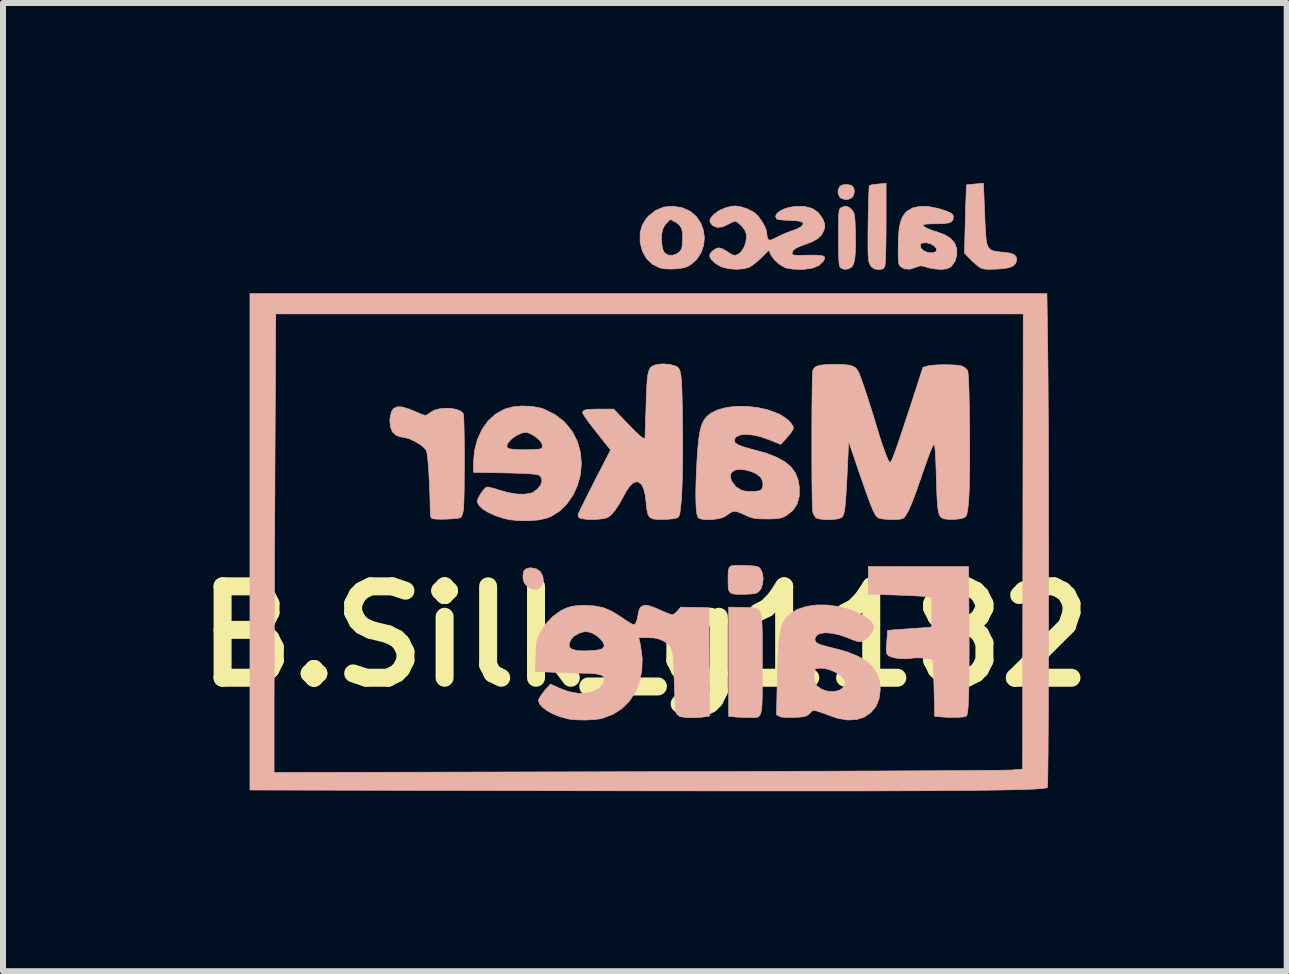
<source format=kicad_pcb>
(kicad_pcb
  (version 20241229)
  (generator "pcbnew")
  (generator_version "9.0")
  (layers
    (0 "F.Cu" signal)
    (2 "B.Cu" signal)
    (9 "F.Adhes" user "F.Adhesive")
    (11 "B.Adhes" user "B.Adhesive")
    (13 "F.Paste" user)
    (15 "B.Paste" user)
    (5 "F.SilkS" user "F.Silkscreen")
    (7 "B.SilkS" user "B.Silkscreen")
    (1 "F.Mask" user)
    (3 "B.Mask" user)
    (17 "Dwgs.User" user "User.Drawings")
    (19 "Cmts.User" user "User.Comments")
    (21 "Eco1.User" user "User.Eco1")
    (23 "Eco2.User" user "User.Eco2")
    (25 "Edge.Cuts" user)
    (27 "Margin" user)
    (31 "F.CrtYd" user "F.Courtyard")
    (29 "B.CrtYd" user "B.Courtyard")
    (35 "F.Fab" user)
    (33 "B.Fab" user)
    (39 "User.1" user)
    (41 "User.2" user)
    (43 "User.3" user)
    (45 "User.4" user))
  (footprint "B.Silk_g1182"
    (layer "F.Cu")
    (at 7.7 7.559)
    (property "Reference" "B.Silk_g1182" (at 0 0 0) (layer "F.SilkS") (effects (font (size 1.524 1.524) (thickness 0.3))))
    (attr through_hole)
    (fp_poly (pts (xy 3.44 -7.519) (xy 3.452 -7.513) (xy 3.483 -7.476) (xy 3.493 -7.418) (xy 3.481 -7.358) (xy 3.454 -7.316) (xy 3.396 -7.287) (xy 3.327 -7.285) (xy 3.267 -7.307) (xy 3.252 -7.32) (xy 3.223 -7.379) (xy 3.222 -7.446) (xy 3.25 -7.501) (xy 3.251 -7.502) (xy 3.302 -7.528) (xy 3.372 -7.534) (xy 3.44 -7.519)) (stroke (width 0.01) (type solid)) (fill yes) (layer "B.SilkS"))
    (fp_poly (pts (xy -1.805 -1.125) (xy -1.738 -1.075) (xy -1.7 -0.996) (xy -1.693 -0.935) (xy -1.71 -0.858) (xy -1.753 -0.806) (xy -1.814 -0.782) (xy -1.885 -0.791) (xy -1.957 -0.833) (xy -1.97 -0.845) (xy -2.012 -0.897) (xy -2.029 -0.953) (xy -2.032 -1.003) (xy -2.022 -1.08) (xy -1.987 -1.124) (xy -1.924 -1.142) (xy -1.897 -1.143) (xy -1.805 -1.125)) (stroke (width 0.01) (type solid)) (fill yes) (layer "B.SilkS"))
    (fp_poly (pts (xy 1.605 -1.183) (xy 1.653 -1.182) (xy 1.757 -1.178) (xy 1.827 -1.173) (xy 1.872 -1.165) (xy 1.901 -1.151) (xy 1.923 -1.131) (xy 1.928 -1.125) (xy 1.96 -1.057) (xy 1.972 -0.969) (xy 1.964 -0.877) (xy 1.937 -0.797) (xy 1.917 -0.768) (xy 1.891 -0.74) (xy 1.862 -0.723) (xy 1.821 -0.712) (xy 1.758 -0.706) (xy 1.669 -0.702) (xy 1.565 -0.701) (xy 1.494 -0.705) (xy 1.449 -0.716) (xy 1.429 -0.727) (xy 1.408 -0.749) (xy 1.395 -0.78) (xy 1.389 -0.832) (xy 1.387 -0.915) (xy 1.387 -0.935) (xy 1.388 -1.041) (xy 1.394 -1.112) (xy 1.411 -1.156) (xy 1.448 -1.178) (xy 1.51 -1.185) (xy 1.605 -1.183)) (stroke (width 0.01) (type solid)) (fill yes) (layer "B.SilkS"))
    (fp_poly (pts (xy 1.633 -0.482) (xy 1.71 -0.481) (xy 1.775 -0.48) (xy 1.827 -0.474) (xy 1.868 -0.461) (xy 1.899 -0.437) (xy 1.923 -0.398) (xy 1.939 -0.34) (xy 1.949 -0.26) (xy 1.955 -0.154) (xy 1.958 -0.018) (xy 1.958 0.151) (xy 1.958 0.357) (xy 1.958 0.469) (xy 1.958 0.687) (xy 1.958 0.866) (xy 1.957 1.01) (xy 1.954 1.123) (xy 1.947 1.208) (xy 1.936 1.27) (xy 1.919 1.312) (xy 1.896 1.338) (xy 1.866 1.351) (xy 1.826 1.355) (xy 1.777 1.354) (xy 1.717 1.352) (xy 1.705 1.351) (xy 1.614 1.349) (xy 1.531 1.345) (xy 1.472 1.34) (xy 1.466 1.339) (xy 1.397 1.331) (xy 1.397 -0.488) (xy 1.633 -0.482)) (stroke (width 0.01) (type solid)) (fill yes) (layer "B.SilkS"))
    (fp_poly (pts (xy 3.401 -7.156) (xy 3.458 -7.106) (xy 3.476 -7.077) (xy 3.489 -7.043) (xy 3.498 -6.995) (xy 3.504 -6.925) (xy 3.508 -6.826) (xy 3.51 -6.74) (xy 3.513 -6.559) (xy 3.51 -6.417) (xy 3.501 -6.308) (xy 3.486 -6.23) (xy 3.463 -6.177) (xy 3.448 -6.158) (xy 3.393 -6.126) (xy 3.329 -6.119) (xy 3.273 -6.138) (xy 3.257 -6.152) (xy 3.247 -6.174) (xy 3.239 -6.213) (xy 3.234 -6.277) (xy 3.23 -6.368) (xy 3.228 -6.492) (xy 3.228 -6.651) (xy 3.228 -6.803) (xy 3.229 -6.919) (xy 3.231 -7.003) (xy 3.235 -7.061) (xy 3.241 -7.1) (xy 3.249 -7.124) (xy 3.261 -7.139) (xy 3.27 -7.146) (xy 3.335 -7.171) (xy 3.401 -7.156)) (stroke (width 0.01) (type solid)) (fill yes) (layer "B.SilkS"))
    (fp_poly (pts (xy 4.022 -6.889) (xy 4.021 -6.713) (xy 4.019 -6.554) (xy 4.016 -6.415) (xy 4.012 -6.303) (xy 4.008 -6.222) (xy 4.002 -6.177) (xy 4.001 -6.171) (xy 3.98 -6.135) (xy 3.944 -6.12) (xy 3.897 -6.117) (xy 3.83 -6.125) (xy 3.784 -6.156) (xy 3.769 -6.173) (xy 3.745 -6.214) (xy 3.73 -6.269) (xy 3.723 -6.348) (xy 3.721 -6.39) (xy 3.72 -6.488) (xy 3.72 -6.607) (xy 3.72 -6.74) (xy 3.722 -6.88) (xy 3.724 -7.02) (xy 3.727 -7.155) (xy 3.73 -7.278) (xy 3.734 -7.381) (xy 3.737 -7.46) (xy 3.741 -7.507) (xy 3.744 -7.517) (xy 3.77 -7.525) (xy 3.826 -7.535) (xy 3.889 -7.541) (xy 4.022 -7.552) (xy 4.022 -6.889)) (stroke (width 0.01) (type solid)) (fill yes) (layer "B.SilkS"))
    (fp_poly (pts (xy 5.665 -7.05) (xy 5.672 -6.872) (xy 5.68 -6.732) (xy 5.689 -6.625) (xy 5.703 -6.546) (xy 5.724 -6.49) (xy 5.755 -6.453) (xy 5.798 -6.43) (xy 5.855 -6.417) (xy 5.929 -6.408) (xy 5.996 -6.402) (xy 6.098 -6.387) (xy 6.162 -6.36) (xy 6.194 -6.32) (xy 6.198 -6.27) (xy 6.18 -6.215) (xy 6.137 -6.174) (xy 6.066 -6.146) (xy 5.962 -6.13) (xy 5.859 -6.123) (xy 5.756 -6.12) (xy 5.686 -6.121) (xy 5.637 -6.129) (xy 5.6 -6.142) (xy 5.577 -6.156) (xy 5.528 -6.194) (xy 5.465 -6.249) (xy 5.421 -6.293) (xy 5.328 -6.39) (xy 5.343 -6.957) (xy 5.347 -7.107) (xy 5.351 -7.243) (xy 5.355 -7.358) (xy 5.358 -7.447) (xy 5.36 -7.505) (xy 5.362 -7.527) (xy 5.362 -7.527) (xy 5.383 -7.53) (xy 5.435 -7.535) (xy 5.505 -7.542) (xy 5.645 -7.554) (xy 5.665 -7.05)) (stroke (width 0.01) (type solid)) (fill yes) (layer "B.SilkS"))
    (fp_poly (pts (xy 0.618 -7.147) (xy 0.631 -7.143) (xy 0.757 -7.086) (xy 0.856 -7.002) (xy 0.929 -6.897) (xy 0.974 -6.779) (xy 0.992 -6.652) (xy 0.981 -6.525) (xy 0.94 -6.403) (xy 0.871 -6.293) (xy 0.771 -6.202) (xy 0.713 -6.167) (xy 0.645 -6.144) (xy 0.551 -6.13) (xy 0.445 -6.124) (xy 0.343 -6.127) (xy 0.259 -6.141) (xy 0.248 -6.144) (xy 0.126 -6.205) (xy 0.029 -6.298) (xy -0.04 -6.418) (xy -0.077 -6.561) (xy -0.079 -6.586) (xy -0.079 -6.611) (xy 0.277 -6.611) (xy 0.285 -6.52) (xy 0.302 -6.442) (xy 0.327 -6.394) (xy 0.386 -6.357) (xy 0.46 -6.352) (xy 0.535 -6.379) (xy 0.565 -6.401) (xy 0.596 -6.432) (xy 0.614 -6.466) (xy 0.624 -6.517) (xy 0.63 -6.596) (xy 0.63 -6.607) (xy 0.629 -6.718) (xy 0.614 -6.797) (xy 0.58 -6.854) (xy 0.523 -6.899) (xy 0.503 -6.91) (xy 0.426 -6.952) (xy 0.372 -6.902) (xy 0.327 -6.845) (xy 0.295 -6.779) (xy 0.295 -6.779) (xy 0.28 -6.702) (xy 0.277 -6.611) (xy -0.079 -6.611) (xy -0.078 -6.732) (xy -0.043 -6.858) (xy 0.028 -6.97) (xy 0.062 -7.008) (xy 0.18 -7.102) (xy 0.314 -7.157) (xy 0.46 -7.172) (xy 0.618 -7.147)) (stroke (width 0.01) (type solid)) (fill yes) (layer "B.SilkS"))
    (fp_poly (pts (xy 5.403 -0.397) (xy 5.405 -0.069) (xy 5.406 0.219) (xy 5.405 0.468) (xy 5.404 0.681) (xy 5.401 0.86) (xy 5.398 1.007) (xy 5.393 1.124) (xy 5.386 1.212) (xy 5.379 1.275) (xy 5.369 1.313) (xy 5.36 1.328) (xy 5.322 1.34) (xy 5.252 1.348) (xy 5.159 1.351) (xy 5.053 1.35) (xy 4.943 1.343) (xy 4.908 1.339) (xy 4.832 1.331) (xy 4.821 0.866) (xy 4.817 0.73) (xy 4.814 0.609) (xy 4.81 0.509) (xy 4.806 0.436) (xy 4.803 0.397) (xy 4.801 0.392) (xy 4.768 0.378) (xy 4.706 0.368) (xy 4.628 0.36) (xy 4.547 0.357) (xy 4.476 0.36) (xy 4.449 0.364) (xy 4.357 0.373) (xy 4.257 0.371) (xy 4.163 0.358) (xy 4.09 0.336) (xy 4.062 0.32) (xy 4.041 0.3) (xy 4.029 0.275) (xy 4.025 0.235) (xy 4.027 0.17) (xy 4.033 0.092) (xy 4.048 -0.101) (xy 4.22 -0.114) (xy 4.327 -0.122) (xy 4.451 -0.13) (xy 4.57 -0.139) (xy 4.588 -0.14) (xy 4.784 -0.154) (xy 4.784 -0.651) (xy 4.694 -0.663) (xy 4.645 -0.668) (xy 4.562 -0.673) (xy 4.453 -0.679) (xy 4.326 -0.684) (xy 4.189 -0.689) (xy 4.165 -0.69) (xy 3.725 -0.704) (xy 3.725 -1.164) (xy 5.397 -1.164) (xy 5.403 -0.397)) (stroke (width 0.01) (type solid)) (fill yes) (layer "B.SilkS"))
    (fp_poly (pts (xy -4.054 -3.826) (xy -3.947 -3.796) (xy -3.849 -3.757) (xy -3.771 -3.724) (xy -3.706 -3.698) (xy -3.666 -3.684) (xy -3.659 -3.683) (xy -3.629 -3.696) (xy -3.584 -3.727) (xy -3.575 -3.734) (xy -3.509 -3.771) (xy -3.423 -3.794) (xy -3.326 -3.804) (xy -3.229 -3.8) (xy -3.14 -3.784) (xy -3.07 -3.756) (xy -3.029 -3.716) (xy -3.025 -3.704) (xy -3.02 -3.667) (xy -3.017 -3.595) (xy -3.014 -3.491) (xy -3.012 -3.364) (xy -3.01 -3.219) (xy -3.009 -3.061) (xy -3.009 -2.898) (xy -3.01 -2.734) (xy -3.011 -2.577) (xy -3.012 -2.432) (xy -3.015 -2.305) (xy -3.018 -2.203) (xy -3.022 -2.131) (xy -3.025 -2.099) (xy -3.041 -2.037) (xy -3.06 -1.992) (xy -3.067 -1.984) (xy -3.097 -1.973) (xy -3.158 -1.965) (xy -3.239 -1.958) (xy -3.328 -1.954) (xy -3.415 -1.953) (xy -3.488 -1.956) (xy -3.53 -1.961) (xy -3.554 -1.97) (xy -3.569 -1.99) (xy -3.576 -2.03) (xy -3.578 -2.101) (xy -3.579 -2.123) (xy -3.581 -2.276) (xy -3.586 -2.432) (xy -3.593 -2.586) (xy -3.601 -2.731) (xy -3.61 -2.861) (xy -3.62 -2.969) (xy -3.63 -3.048) (xy -3.64 -3.092) (xy -3.641 -3.095) (xy -3.683 -3.148) (xy -3.755 -3.205) (xy -3.843 -3.256) (xy -3.936 -3.297) (xy -4.022 -3.32) (xy -4.055 -3.323) (xy -4.096 -3.332) (xy -4.148 -3.355) (xy -4.206 -3.407) (xy -4.241 -3.491) (xy -4.251 -3.598) (xy -4.247 -3.646) (xy -4.227 -3.738) (xy -4.191 -3.797) (xy -4.134 -3.826) (xy -4.054 -3.826)) (stroke (width 0.01) (type solid)) (fill yes) (layer "B.SilkS"))
    (fp_poly (pts (xy 4.732 -7.166) (xy 4.896 -7.133) (xy 5.022 -7.092) (xy 5.091 -7.062) (xy 5.128 -7.038) (xy 5.142 -7.01) (xy 5.144 -6.996) (xy 5.137 -6.948) (xy 5.115 -6.915) (xy 5.069 -6.894) (xy 4.995 -6.883) (xy 4.887 -6.879) (xy 4.856 -6.879) (xy 4.759 -6.877) (xy 4.685 -6.872) (xy 4.643 -6.864) (xy 4.636 -6.859) (xy 4.655 -6.832) (xy 4.711 -6.8) (xy 4.797 -6.766) (xy 4.869 -6.744) (xy 5.003 -6.694) (xy 5.1 -6.632) (xy 5.165 -6.557) (xy 5.2 -6.461) (xy 5.201 -6.356) (xy 5.171 -6.255) (xy 5.112 -6.171) (xy 5.094 -6.155) (xy 5.034 -6.129) (xy 4.947 -6.118) (xy 4.843 -6.124) (xy 4.735 -6.144) (xy 4.706 -6.153) (xy 4.639 -6.172) (xy 4.594 -6.178) (xy 4.555 -6.169) (xy 4.518 -6.153) (xy 4.417 -6.121) (xy 4.329 -6.127) (xy 4.273 -6.158) (xy 4.253 -6.176) (xy 4.239 -6.197) (xy 4.23 -6.229) (xy 4.226 -6.279) (xy 4.224 -6.355) (xy 4.224 -6.464) (xy 4.224 -6.491) (xy 4.225 -6.525) (xy 4.593 -6.525) (xy 4.602 -6.479) (xy 4.609 -6.465) (xy 4.652 -6.427) (xy 4.712 -6.402) (xy 4.776 -6.393) (xy 4.83 -6.4) (xy 4.861 -6.426) (xy 4.862 -6.427) (xy 4.858 -6.469) (xy 4.822 -6.51) (xy 4.766 -6.543) (xy 4.698 -6.561) (xy 4.677 -6.562) (xy 4.621 -6.557) (xy 4.597 -6.542) (xy 4.593 -6.525) (xy 4.225 -6.525) (xy 4.228 -6.664) (xy 4.24 -6.801) (xy 4.262 -6.908) (xy 4.294 -6.991) (xy 4.339 -7.056) (xy 4.37 -7.087) (xy 4.465 -7.143) (xy 4.587 -7.17) (xy 4.732 -7.166)) (stroke (width 0.01) (type solid)) (fill yes) (layer "B.SilkS"))
    (fp_poly (pts (xy -1.893 -3.835) (xy -1.747 -3.81) (xy -1.683 -3.789) (xy -1.497 -3.697) (xy -1.341 -3.576) (xy -1.218 -3.428) (xy -1.128 -3.258) (xy -1.074 -3.067) (xy -1.058 -2.879) (xy -1.075 -2.691) (xy -1.124 -2.513) (xy -1.201 -2.349) (xy -1.302 -2.205) (xy -1.424 -2.087) (xy -1.563 -2) (xy -1.643 -1.969) (xy -1.775 -1.941) (xy -1.931 -1.928) (xy -2.095 -1.929) (xy -2.251 -1.945) (xy -2.349 -1.966) (xy -2.487 -2.011) (xy -2.605 -2.064) (xy -2.7 -2.122) (xy -2.764 -2.182) (xy -2.793 -2.239) (xy -2.794 -2.252) (xy -2.781 -2.298) (xy -2.749 -2.359) (xy -2.706 -2.421) (xy -2.664 -2.47) (xy -2.636 -2.49) (xy -2.604 -2.488) (xy -2.543 -2.474) (xy -2.464 -2.451) (xy -2.418 -2.436) (xy -2.273 -2.395) (xy -2.133 -2.373) (xy -2.007 -2.37) (xy -1.904 -2.386) (xy -1.863 -2.402) (xy -1.792 -2.453) (xy -1.742 -2.514) (xy -1.717 -2.579) (xy -1.72 -2.637) (xy -1.753 -2.681) (xy -1.773 -2.692) (xy -1.815 -2.701) (xy -1.895 -2.709) (xy -2.011 -2.716) (xy -2.158 -2.721) (xy -2.333 -2.726) (xy -2.344 -2.726) (xy -2.857 -2.735) (xy -2.857 -2.886) (xy -2.84 -3.091) (xy -2.819 -3.175) (xy -2.302 -3.175) (xy -2.294 -3.148) (xy -2.26 -3.129) (xy -2.196 -3.118) (xy -2.097 -3.112) (xy -2 -3.111) (xy -1.883 -3.113) (xy -1.802 -3.117) (xy -1.75 -3.124) (xy -1.721 -3.136) (xy -1.716 -3.142) (xy -1.705 -3.184) (xy -1.729 -3.237) (xy -1.781 -3.295) (xy -1.858 -3.351) (xy -1.903 -3.376) (xy -1.962 -3.399) (xy -2.015 -3.399) (xy -2.056 -3.388) (xy -2.139 -3.351) (xy -2.218 -3.295) (xy -2.277 -3.232) (xy -2.288 -3.214) (xy -2.302 -3.175) (xy -2.819 -3.175) (xy -2.792 -3.28) (xy -2.715 -3.449) (xy -2.613 -3.593) (xy -2.486 -3.708) (xy -2.339 -3.789) (xy -2.333 -3.791) (xy -2.202 -3.826) (xy -2.049 -3.841) (xy -1.893 -3.835)) (stroke (width 0.01) (type solid)) (fill yes) (layer "B.SilkS"))
    (fp_poly (pts (xy 0.41 -4.535) (xy 0.512 -4.508) (xy 0.52 -4.504) (xy 0.544 -4.49) (xy 0.564 -4.47) (xy 0.58 -4.44) (xy 0.593 -4.396) (xy 0.603 -4.334) (xy 0.611 -4.249) (xy 0.617 -4.138) (xy 0.621 -3.997) (xy 0.625 -3.822) (xy 0.628 -3.609) (xy 0.631 -3.33) (xy 0.631 -3.069) (xy 0.629 -2.83) (xy 0.624 -2.615) (xy 0.617 -2.427) (xy 0.608 -2.268) (xy 0.596 -2.143) (xy 0.583 -2.053) (xy 0.568 -2.001) (xy 0.562 -1.993) (xy 0.531 -1.974) (xy 0.476 -1.961) (xy 0.391 -1.953) (xy 0.332 -1.951) (xy 0.217 -1.949) (xy 0.138 -1.957) (xy 0.085 -1.982) (xy 0.053 -2.029) (xy 0.035 -2.106) (xy 0.022 -2.219) (xy 0.022 -2.228) (xy 0.004 -2.37) (xy -0.023 -2.472) (xy -0.06 -2.539) (xy -0.109 -2.573) (xy -0.13 -2.578) (xy -0.188 -2.564) (xy -0.25 -2.507) (xy -0.316 -2.41) (xy -0.353 -2.341) (xy -0.431 -2.201) (xy -0.506 -2.09) (xy -0.575 -2.014) (xy -0.623 -1.981) (xy -0.685 -1.964) (xy -0.773 -1.953) (xy -0.874 -1.948) (xy -0.971 -1.951) (xy -1.049 -1.962) (xy -1.076 -1.97) (xy -1.111 -1.994) (xy -1.112 -2.032) (xy -1.111 -2.037) (xy -1.097 -2.068) (xy -1.067 -2.131) (xy -1.023 -2.221) (xy -0.968 -2.332) (xy -0.904 -2.459) (xy -0.834 -2.597) (xy -0.571 -3.108) (xy -0.804 -3.4) (xy -0.88 -3.497) (xy -0.945 -3.584) (xy -0.996 -3.656) (xy -1.028 -3.706) (xy -1.037 -3.727) (xy -1.032 -3.752) (xy -1.012 -3.769) (xy -0.97 -3.78) (xy -0.902 -3.786) (xy -0.8 -3.789) (xy -0.744 -3.789) (xy -0.519 -3.789) (xy -0.286 -3.545) (xy -0.183 -3.44) (xy -0.105 -3.365) (xy -0.05 -3.319) (xy -0.015 -3.3) (xy 0.002 -3.306) (xy 0.002 -3.307) (xy 0.003 -3.329) (xy 0.005 -3.387) (xy 0.008 -3.476) (xy 0.012 -3.591) (xy 0.016 -3.724) (xy 0.02 -3.842) (xy 0.026 -4.025) (xy 0.032 -4.17) (xy 0.04 -4.283) (xy 0.051 -4.367) (xy 0.067 -4.428) (xy 0.087 -4.47) (xy 0.114 -4.498) (xy 0.149 -4.516) (xy 0.192 -4.53) (xy 0.194 -4.531) (xy 0.297 -4.543) (xy 0.41 -4.535)) (stroke (width 0.01) (type solid)) (fill yes) (layer "B.SilkS"))
    (fp_poly (pts (xy 3.039 -0.523) (xy 3.223 -0.498) (xy 3.404 -0.45) (xy 3.577 -0.378) (xy 3.681 -0.319) (xy 3.764 -0.254) (xy 3.807 -0.19) (xy 3.812 -0.127) (xy 3.789 -0.076) (xy 3.744 -0.015) (xy 3.688 0.041) (xy 3.642 0.073) (xy 3.611 0.087) (xy 3.581 0.09) (xy 3.54 0.083) (xy 3.48 0.062) (xy 3.396 0.028) (xy 3.253 -0.022) (xy 3.124 -0.052) (xy 3.014 -0.061) (xy 2.926 -0.05) (xy 2.866 -0.019) (xy 2.838 0.031) (xy 2.836 0.05) (xy 2.842 0.079) (xy 2.861 0.104) (xy 2.901 0.126) (xy 2.967 0.15) (xy 3.064 0.176) (xy 3.165 0.201) (xy 3.384 0.262) (xy 3.563 0.336) (xy 3.704 0.422) (xy 3.809 0.523) (xy 3.879 0.639) (xy 3.917 0.773) (xy 3.924 0.892) (xy 3.904 1.043) (xy 3.851 1.17) (xy 3.769 1.27) (xy 3.662 1.343) (xy 3.534 1.385) (xy 3.388 1.394) (xy 3.228 1.369) (xy 3.143 1.342) (xy 3.022 1.298) (xy 2.934 1.266) (xy 2.873 1.246) (xy 2.833 1.237) (xy 2.806 1.237) (xy 2.787 1.246) (xy 2.769 1.263) (xy 2.75 1.282) (xy 2.717 1.311) (xy 2.683 1.329) (xy 2.637 1.34) (xy 2.568 1.347) (xy 2.49 1.351) (xy 2.364 1.352) (xy 2.279 1.345) (xy 2.243 1.333) (xy 2.195 1.307) (xy 2.208 0.701) (xy 2.209 0.662) (xy 2.817 0.662) (xy 2.831 0.745) (xy 2.86 0.813) (xy 2.875 0.831) (xy 2.952 0.884) (xy 3.046 0.914) (xy 3.144 0.921) (xy 3.233 0.902) (xy 3.293 0.866) (xy 3.329 0.819) (xy 3.344 0.773) (xy 3.344 0.773) (xy 3.325 0.717) (xy 3.273 0.66) (xy 3.197 0.607) (xy 3.106 0.565) (xy 3.01 0.537) (xy 2.937 0.53) (xy 2.875 0.532) (xy 2.843 0.543) (xy 2.827 0.57) (xy 2.824 0.583) (xy 2.817 0.662) (xy 2.209 0.662) (xy 2.214 0.474) (xy 2.221 0.285) (xy 2.231 0.13) (xy 2.244 0.003) (xy 2.262 -0.099) (xy 2.284 -0.18) (xy 2.313 -0.246) (xy 2.349 -0.3) (xy 2.392 -0.348) (xy 2.427 -0.378) (xy 2.547 -0.452) (xy 2.694 -0.5) (xy 2.86 -0.524) (xy 3.039 -0.523)) (stroke (width 0.01) (type solid)) (fill yes) (layer "B.SilkS"))
    (fp_poly (pts (xy 1.707 -3.834) (xy 1.886 -3.814) (xy 2.059 -3.774) (xy 2.216 -3.716) (xy 2.268 -3.69) (xy 2.356 -3.632) (xy 2.425 -3.57) (xy 2.467 -3.509) (xy 2.477 -3.471) (xy 2.463 -3.437) (xy 2.427 -3.384) (xy 2.376 -3.323) (xy 2.37 -3.316) (xy 2.264 -3.2) (xy 2.079 -3.276) (xy 1.939 -3.326) (xy 1.807 -3.356) (xy 1.691 -3.367) (xy 1.597 -3.359) (xy 1.529 -3.33) (xy 1.501 -3.299) (xy 1.491 -3.262) (xy 1.505 -3.228) (xy 1.548 -3.197) (xy 1.623 -3.166) (xy 1.734 -3.133) (xy 1.818 -3.111) (xy 2.029 -3.052) (xy 2.2 -2.985) (xy 2.336 -2.91) (xy 2.438 -2.824) (xy 2.51 -2.723) (xy 2.556 -2.606) (xy 2.575 -2.491) (xy 2.574 -2.337) (xy 2.539 -2.207) (xy 2.469 -2.101) (xy 2.365 -2.018) (xy 2.342 -2.005) (xy 2.294 -1.983) (xy 2.244 -1.969) (xy 2.179 -1.961) (xy 2.089 -1.958) (xy 2.032 -1.958) (xy 1.929 -1.959) (xy 1.854 -1.964) (xy 1.795 -1.975) (xy 1.736 -1.994) (xy 1.666 -2.026) (xy 1.656 -2.03) (xy 1.571 -2.068) (xy 1.51 -2.085) (xy 1.461 -2.08) (xy 1.41 -2.053) (xy 1.349 -2.007) (xy 1.296 -1.98) (xy 1.218 -1.961) (xy 1.128 -1.949) (xy 1.038 -1.946) (xy 0.959 -1.952) (xy 0.904 -1.968) (xy 0.889 -1.979) (xy 0.871 -2.025) (xy 0.858 -2.112) (xy 0.851 -2.237) (xy 0.849 -2.4) (xy 0.854 -2.598) (xy 0.857 -2.673) (xy 1.424 -2.673) (xy 1.441 -2.6) (xy 1.446 -2.59) (xy 1.516 -2.496) (xy 1.609 -2.437) (xy 1.67 -2.422) (xy 1.75 -2.415) (xy 1.833 -2.417) (xy 1.901 -2.426) (xy 1.928 -2.435) (xy 1.96 -2.474) (xy 1.97 -2.533) (xy 1.96 -2.598) (xy 1.928 -2.653) (xy 1.921 -2.661) (xy 1.856 -2.71) (xy 1.783 -2.745) (xy 1.685 -2.772) (xy 1.672 -2.775) (xy 1.571 -2.785) (xy 1.493 -2.769) (xy 1.442 -2.731) (xy 1.424 -2.673) (xy 0.857 -2.673) (xy 0.864 -2.83) (xy 0.866 -2.879) (xy 0.879 -3.079) (xy 0.893 -3.242) (xy 0.91 -3.372) (xy 0.932 -3.475) (xy 0.96 -3.555) (xy 0.994 -3.619) (xy 1.038 -3.67) (xy 1.091 -3.713) (xy 1.101 -3.721) (xy 1.219 -3.779) (xy 1.365 -3.817) (xy 1.531 -3.836) (xy 1.707 -3.834)) (stroke (width 0.01) (type solid)) (fill yes) (layer "B.SilkS"))
    (fp_poly (pts (xy 6.717 -4.727) (xy 6.719 -4.554) (xy 6.721 -4.352) (xy 6.723 -4.124) (xy 6.724 -3.872) (xy 6.726 -3.599) (xy 6.727 -3.307) (xy 6.728 -3) (xy 6.729 -2.679) (xy 6.73 -2.348) (xy 6.73 -2.008) (xy 6.73 -1.664) (xy 6.731 -1.316) (xy 6.731 -0.968) (xy 6.73 -0.622) (xy 6.73 -0.282) (xy 6.73 0.051) (xy 6.729 0.374) (xy 6.728 0.685) (xy 6.727 0.979) (xy 6.726 1.256) (xy 6.725 1.513) (xy 6.723 1.746) (xy 6.722 1.953) (xy 6.72 2.132) (xy 6.718 2.281) (xy 6.716 2.395) (xy 6.714 2.474) (xy 6.712 2.513) (xy 6.711 2.518) (xy 6.702 2.523) (xy 6.681 2.528) (xy 6.648 2.533) (xy 6.601 2.538) (xy 6.54 2.542) (xy 6.463 2.547) (xy 6.369 2.55) (xy 6.258 2.554) (xy 6.129 2.557) (xy 5.979 2.56) (xy 5.81 2.563) (xy 5.618 2.565) (xy 5.405 2.568) (xy 5.167 2.569) (xy 4.905 2.571) (xy 4.618 2.573) (xy 4.304 2.574) (xy 3.963 2.575) (xy 3.593 2.576) (xy 3.193 2.576) (xy 2.763 2.576) (xy 2.302 2.576) (xy 1.808 2.576) (xy 1.28 2.576) (xy 0.718 2.575) (xy 0.121 2.575) (xy -0.513 2.574) (xy -1.184 2.573) (xy -1.894 2.571) (xy -2.643 2.57) (xy -3.433 2.568) (xy -4.165 2.566) (xy -6.583 2.561) (xy -6.583 2.269) (xy -6.181 2.269) (xy -0.122 2.256) (xy 0.384 2.255) (xy 0.88 2.254) (xy 1.364 2.253) (xy 1.835 2.251) (xy 2.291 2.25) (xy 2.729 2.248) (xy 3.149 2.247) (xy 3.549 2.245) (xy 3.927 2.244) (xy 4.28 2.242) (xy 4.608 2.241) (xy 4.909 2.239) (xy 5.18 2.237) (xy 5.421 2.236) (xy 5.629 2.234) (xy 5.803 2.233) (xy 5.941 2.231) (xy 6.04 2.23) (xy 6.101 2.228) (xy 6.117 2.228) (xy 6.297 2.212) (xy 6.302 -1.582) (xy 6.308 -5.376) (xy -6.153 -5.376) (xy -6.167 -2.757) (xy -6.168 -2.399) (xy -6.17 -2.035) (xy -6.172 -1.668) (xy -6.174 -1.303) (xy -6.175 -0.944) (xy -6.176 -0.596) (xy -6.178 -0.263) (xy -6.179 0.051) (xy -6.179 0.341) (xy -6.18 0.603) (xy -6.18 0.832) (xy -6.181 1.024) (xy -6.181 1.066) (xy -6.181 2.269) (xy -6.583 2.269) (xy -6.583 -5.715) (xy 6.703 -5.715) (xy 6.717 -4.727)) (stroke (width 0.01) (type solid)) (fill yes) (layer "B.SilkS"))
    (fp_poly (pts (xy 1.594 -7.163) (xy 1.698 -7.131) (xy 1.793 -7.085) (xy 1.832 -7.06) (xy 1.89 -7.003) (xy 1.947 -6.926) (xy 1.995 -6.844) (xy 2.025 -6.768) (xy 2.032 -6.727) (xy 2.04 -6.655) (xy 2.063 -6.612) (xy 2.083 -6.604) (xy 2.115 -6.613) (xy 2.17 -6.638) (xy 2.224 -6.665) (xy 2.313 -6.708) (xy 2.412 -6.748) (xy 2.461 -6.765) (xy 2.533 -6.792) (xy 2.592 -6.822) (xy 2.618 -6.841) (xy 2.64 -6.877) (xy 2.63 -6.903) (xy 2.585 -6.921) (xy 2.502 -6.931) (xy 2.41 -6.935) (xy 2.323 -6.939) (xy 2.251 -6.946) (xy 2.206 -6.955) (xy 2.197 -6.96) (xy 2.179 -7) (xy 2.197 -7.044) (xy 2.245 -7.086) (xy 2.318 -7.124) (xy 2.41 -7.153) (xy 2.515 -7.169) (xy 2.666 -7.167) (xy 2.79 -7.134) (xy 2.887 -7.069) (xy 2.96 -6.972) (xy 2.973 -6.944) (xy 2.997 -6.881) (xy 3 -6.829) (xy 2.987 -6.774) (xy 2.948 -6.695) (xy 2.879 -6.629) (xy 2.775 -6.573) (xy 2.688 -6.541) (xy 2.58 -6.501) (xy 2.508 -6.465) (xy 2.468 -6.431) (xy 2.455 -6.393) (xy 2.455 -6.391) (xy 2.458 -6.373) (xy 2.469 -6.361) (xy 2.497 -6.355) (xy 2.548 -6.352) (xy 2.629 -6.353) (xy 2.708 -6.355) (xy 2.833 -6.356) (xy 2.92 -6.352) (xy 2.974 -6.341) (xy 2.997 -6.322) (xy 2.996 -6.293) (xy 2.975 -6.254) (xy 2.907 -6.187) (xy 2.803 -6.142) (xy 2.664 -6.12) (xy 2.587 -6.118) (xy 2.463 -6.123) (xy 2.367 -6.139) (xy 2.333 -6.15) (xy 2.244 -6.202) (xy 2.163 -6.274) (xy 2.104 -6.354) (xy 2.094 -6.375) (xy 2.068 -6.438) (xy 1.939 -6.31) (xy 1.869 -6.246) (xy 1.799 -6.191) (xy 1.741 -6.155) (xy 1.731 -6.15) (xy 1.639 -6.127) (xy 1.525 -6.12) (xy 1.404 -6.129) (xy 1.309 -6.15) (xy 1.228 -6.185) (xy 1.157 -6.234) (xy 1.104 -6.288) (xy 1.08 -6.339) (xy 1.079 -6.346) (xy 1.097 -6.392) (xy 1.141 -6.437) (xy 1.197 -6.469) (xy 1.236 -6.477) (xy 1.28 -6.467) (xy 1.342 -6.435) (xy 1.427 -6.379) (xy 1.444 -6.367) (xy 1.497 -6.35) (xy 1.554 -6.368) (xy 1.607 -6.415) (xy 1.652 -6.483) (xy 1.683 -6.567) (xy 1.693 -6.652) (xy 1.689 -6.718) (xy 1.669 -6.77) (xy 1.627 -6.825) (xy 1.617 -6.837) (xy 1.568 -6.884) (xy 1.524 -6.915) (xy 1.506 -6.921) (xy 1.468 -6.91) (xy 1.412 -6.883) (xy 1.386 -6.868) (xy 1.294 -6.827) (xy 1.208 -6.818) (xy 1.139 -6.844) (xy 1.122 -6.858) (xy 1.088 -6.903) (xy 1.085 -6.945) (xy 1.116 -6.996) (xy 1.153 -7.036) (xy 1.234 -7.096) (xy 1.339 -7.143) (xy 1.448 -7.171) (xy 1.503 -7.176) (xy 1.594 -7.163)) (stroke (width 0.01) (type solid)) (fill yes) (layer "B.SilkS"))
    (fp_poly (pts (xy 0.083 -0.507) (xy 0.163 -0.479) (xy 0.271 -0.431) (xy 0.273 -0.431) (xy 0.349 -0.397) (xy 0.414 -0.373) (xy 0.454 -0.36) (xy 0.459 -0.36) (xy 0.491 -0.375) (xy 0.533 -0.412) (xy 0.544 -0.424) (xy 0.598 -0.488) (xy 0.833 -0.482) (xy 1.069 -0.476) (xy 1.074 0.426) (xy 1.08 1.328) (xy 0.982 1.341) (xy 0.877 1.351) (xy 0.77 1.354) (xy 0.674 1.35) (xy 0.602 1.34) (xy 0.585 1.335) (xy 0.54 1.303) (xy 0.518 1.268) (xy 0.513 1.235) (xy 0.508 1.165) (xy 0.502 1.066) (xy 0.497 0.945) (xy 0.492 0.809) (xy 0.489 0.728) (xy 0.484 0.559) (xy 0.479 0.426) (xy 0.471 0.325) (xy 0.459 0.25) (xy 0.442 0.194) (xy 0.418 0.153) (xy 0.385 0.122) (xy 0.342 0.094) (xy 0.297 0.07) (xy 0.228 0.041) (xy 0.154 0.026) (xy 0.055 0.021) (xy 0.052 0.021) (xy -0.101 0.021) (xy -0.072 0.153) (xy -0.044 0.367) (xy -0.05 0.57) (xy -0.09 0.76) (xy -0.16 0.931) (xy -0.259 1.081) (xy -0.385 1.206) (xy -0.535 1.301) (xy -0.708 1.365) (xy -0.76 1.376) (xy -0.863 1.388) (xy -0.988 1.394) (xy -1.117 1.392) (xy -1.232 1.383) (xy -1.281 1.375) (xy -1.406 1.342) (xy -1.522 1.297) (xy -1.623 1.243) (xy -1.702 1.185) (xy -1.755 1.127) (xy -1.773 1.072) (xy -1.771 1.057) (xy -1.751 1.014) (xy -1.71 0.955) (xy -1.666 0.9) (xy -1.573 0.795) (xy -1.418 0.866) (xy -1.264 0.922) (xy -1.114 0.949) (xy -0.974 0.947) (xy -0.85 0.916) (xy -0.751 0.856) (xy -0.743 0.848) (xy -0.692 0.784) (xy -0.677 0.723) (xy -0.683 0.679) (xy -0.707 0.654) (xy -0.757 0.636) (xy -0.821 0.624) (xy -0.907 0.616) (xy -0.976 0.614) (xy -1.046 0.613) (xy -1.147 0.611) (xy -1.268 0.607) (xy -1.399 0.603) (xy -1.47 0.6) (xy -1.824 0.586) (xy -1.817 0.329) (xy -1.813 0.218) (xy -1.807 0.137) (xy -1.805 0.123) (xy -1.263 0.123) (xy -1.26 0.176) (xy -1.219 0.212) (xy -1.14 0.234) (xy -1.067 0.241) (xy -0.977 0.241) (xy -0.882 0.237) (xy -0.796 0.228) (xy -0.733 0.215) (xy -0.714 0.208) (xy -0.683 0.174) (xy -0.677 0.149) (xy -0.695 0.1) (xy -0.74 0.043) (xy -0.803 -0.011) (xy -0.872 -0.052) (xy -0.904 -0.064) (xy -0.967 -0.079) (xy -1.02 -0.076) (xy -1.086 -0.056) (xy -1.091 -0.054) (xy -1.181 -0.004) (xy -1.229 0.05) (xy -1.263 0.123) (xy -1.805 0.123) (xy -1.797 0.076) (xy -1.781 0.023) (xy -1.757 -0.034) (xy -1.74 -0.068) (xy -1.651 -0.208) (xy -1.535 -0.332) (xy -1.401 -0.428) (xy -1.318 -0.469) (xy -1.236 -0.496) (xy -1.151 -0.511) (xy -1.046 -0.517) (xy -1.005 -0.517) (xy -0.836 -0.508) (xy -0.69 -0.478) (xy -0.555 -0.421) (xy -0.446 -0.355) (xy -0.347 -0.289) (xy -0.277 -0.243) (xy -0.23 -0.214) (xy -0.2 -0.2) (xy -0.182 -0.198) (xy -0.169 -0.204) (xy -0.16 -0.211) (xy -0.14 -0.245) (xy -0.123 -0.305) (xy -0.115 -0.352) (xy -0.1 -0.43) (xy -0.077 -0.478) (xy -0.053 -0.5) (xy -0.017 -0.516) (xy 0.026 -0.52) (xy 0.083 -0.507)) (stroke (width 0.01) (type solid)) (fill yes) (layer "B.SilkS"))
    (fp_poly (pts (xy 3.29 -4.533) (xy 3.39 -4.524) (xy 3.462 -4.506) (xy 3.512 -4.477) (xy 3.549 -4.434) (xy 3.573 -4.386) (xy 3.598 -4.319) (xy 3.633 -4.22) (xy 3.676 -4.095) (xy 3.722 -3.953) (xy 3.771 -3.801) (xy 3.819 -3.646) (xy 3.864 -3.496) (xy 3.875 -3.461) (xy 3.915 -3.33) (xy 3.956 -3.205) (xy 3.995 -3.094) (xy 4.03 -3.003) (xy 4.059 -2.937) (xy 4.079 -2.903) (xy 4.084 -2.9) (xy 4.096 -2.907) (xy 4.112 -2.932) (xy 4.132 -2.977) (xy 4.159 -3.045) (xy 4.193 -3.138) (xy 4.236 -3.261) (xy 4.288 -3.416) (xy 4.35 -3.606) (xy 4.412 -3.793) (xy 4.637 -4.486) (xy 4.715 -4.508) (xy 4.781 -4.519) (xy 4.874 -4.526) (xy 4.982 -4.529) (xy 5.091 -4.527) (xy 5.189 -4.522) (xy 5.264 -4.512) (xy 5.29 -4.506) (xy 5.349 -4.47) (xy 5.382 -4.427) (xy 5.388 -4.391) (xy 5.394 -4.319) (xy 5.399 -4.214) (xy 5.404 -4.083) (xy 5.407 -3.929) (xy 5.411 -3.759) (xy 5.413 -3.577) (xy 5.415 -3.388) (xy 5.416 -3.198) (xy 5.416 -3.012) (xy 5.415 -2.834) (xy 5.413 -2.67) (xy 5.41 -2.525) (xy 5.406 -2.404) (xy 5.402 -2.321) (xy 5.392 -2.193) (xy 5.381 -2.102) (xy 5.369 -2.041) (xy 5.355 -2.005) (xy 5.347 -1.994) (xy 5.305 -1.973) (xy 5.235 -1.958) (xy 5.151 -1.95) (xy 5.066 -1.95) (xy 4.994 -1.959) (xy 4.97 -1.966) (xy 4.943 -1.98) (xy 4.922 -2.003) (xy 4.905 -2.038) (xy 4.892 -2.092) (xy 4.881 -2.167) (xy 4.873 -2.27) (xy 4.867 -2.403) (xy 4.862 -2.573) (xy 4.859 -2.654) (xy 4.855 -2.797) (xy 4.85 -2.928) (xy 4.844 -3.038) (xy 4.838 -3.123) (xy 4.832 -3.176) (xy 4.829 -3.191) (xy 4.821 -3.197) (xy 4.809 -3.188) (xy 4.794 -3.161) (xy 4.772 -3.112) (xy 4.743 -3.038) (xy 4.705 -2.936) (xy 4.658 -2.801) (xy 4.598 -2.63) (xy 4.578 -2.573) (xy 4.513 -2.386) (xy 4.456 -2.238) (xy 4.409 -2.125) (xy 4.367 -2.043) (xy 4.332 -1.991) (xy 4.3 -1.964) (xy 4.291 -1.961) (xy 4.229 -1.951) (xy 4.145 -1.948) (xy 4.054 -1.95) (xy 3.971 -1.957) (xy 3.909 -1.969) (xy 3.895 -1.975) (xy 3.874 -1.989) (xy 3.852 -2.013) (xy 3.829 -2.051) (xy 3.802 -2.107) (xy 3.77 -2.183) (xy 3.731 -2.285) (xy 3.684 -2.415) (xy 3.627 -2.579) (xy 3.56 -2.773) (xy 3.398 -3.249) (xy 3.374 -2.741) (xy 3.364 -2.546) (xy 3.355 -2.388) (xy 3.347 -2.264) (xy 3.338 -2.169) (xy 3.329 -2.099) (xy 3.318 -2.049) (xy 3.305 -2.015) (xy 3.29 -1.992) (xy 3.274 -1.979) (xy 3.226 -1.961) (xy 3.151 -1.95) (xy 3.064 -1.946) (xy 2.977 -1.949) (xy 2.903 -1.959) (xy 2.854 -1.976) (xy 2.848 -1.981) (xy 2.817 -2.027) (xy 2.799 -2.071) (xy 2.796 -2.104) (xy 2.793 -2.175) (xy 2.79 -2.278) (xy 2.788 -2.409) (xy 2.786 -2.563) (xy 2.785 -2.735) (xy 2.784 -2.92) (xy 2.784 -3.114) (xy 2.784 -3.31) (xy 2.784 -3.506) (xy 2.785 -3.694) (xy 2.786 -3.872) (xy 2.788 -4.034) (xy 2.79 -4.174) (xy 2.792 -4.289) (xy 2.795 -4.373) (xy 2.798 -4.422) (xy 2.8 -4.43) (xy 2.82 -4.471) (xy 2.856 -4.5) (xy 2.915 -4.519) (xy 3.003 -4.53) (xy 3.126 -4.534) (xy 3.155 -4.534) (xy 3.29 -4.533)) (stroke (width 0.01) (type solid)) (fill yes) (layer "B.SilkS")))
  (gr_rect
    (start -3 -3)
    (end 18.4 13.141)
    (stroke (width 0.1) (type default))
    (fill no)
    (layer "Edge.Cuts")))
</source>
